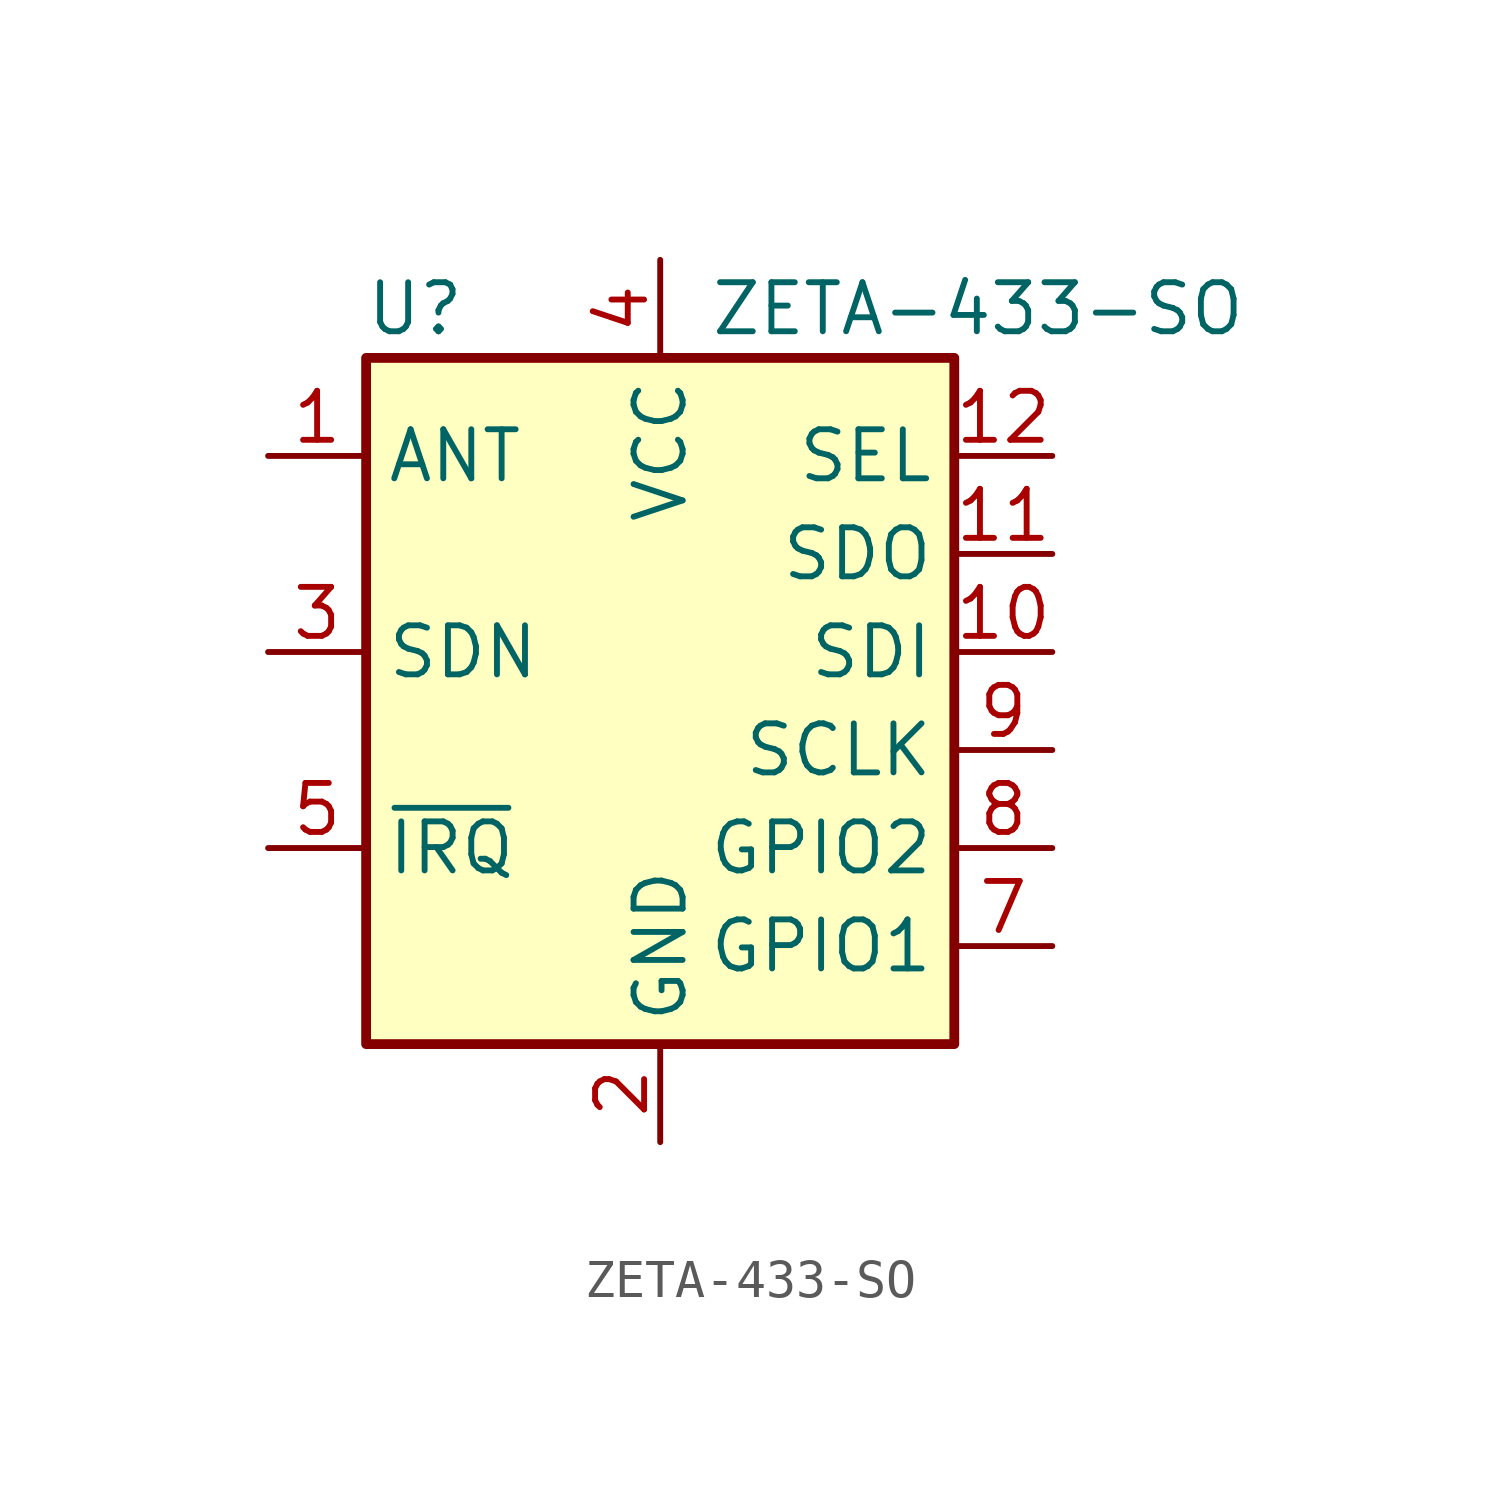
<source format=kicad_sym>
(kicad_symbol_lib
  (version 20200908)
  (generator kicad_symbol_editor)
  (symbol "RF_AM_FM:ZETA-433-SO"
    (property "Reference" "U"
      (at -6.35 8.89 0)
      (effects (font (size 1.27 1.27))))
    (property "Value" "ZETA-433-SO"
      (at 1.27 8.89 0)
      (effects (font (size 1.27 1.27)) (justify left)))
    (symbol "ZETA-433-SO_0_1"
      (rectangle (start 7.62 -10.16) (end -7.62 7.62) (stroke (width 0.254)) (fill (type background))))
    (symbol "ZETA-433-SO_1_1"
      (pin bidirectional line (at -10.16 5.08 0) (length 2.54) (name "ANT" (effects (font (size 1.27 1.27)))) (number "1" (effects (font (size 1.27 1.27)))))
      (pin input line (at 10.16 0 180) (length 2.54) (name "SDI" (effects (font (size 1.27 1.27)))) (number "10" (effects (font (size 1.27 1.27)))))
      (pin output line (at 10.16 2.54 180) (length 2.54) (name "SDO" (effects (font (size 1.27 1.27)))) (number "11" (effects (font (size 1.27 1.27)))))
      (pin input line (at 10.16 5.08 180) (length 2.54) (name "SEL" (effects (font (size 1.27 1.27)))) (number "12" (effects (font (size 1.27 1.27)))))
      (pin power_in line (at 0 -12.7 90) (length 2.54) (name "GND" (effects (font (size 1.27 1.27)))) (number "2" (effects (font (size 1.27 1.27)))))
      (pin input line (at -10.16 0 0) (length 2.54) (name "SDN" (effects (font (size 1.27 1.27)))) (number "3" (effects (font (size 1.27 1.27)))))
      (pin power_in line (at 0 10.16 270) (length 2.54) (name "VCC" (effects (font (size 1.27 1.27)))) (number "4" (effects (font (size 1.27 1.27)))))
      (pin output line (at -10.16 -5.08 0) (length 2.54) (name "~IRQ" (effects (font (size 1.27 1.27)))) (number "5" (effects (font (size 1.27 1.27)))))
      (pin unconnected line (at -7.62 -7.62 0) (length 2.54) hide (name "NC" (effects (font (size 1.27 1.27)))) (number "6" (effects (font (size 1.27 1.27)))))
      (pin bidirectional line (at 10.16 -7.62 180) (length 2.54) (name "GPIO1" (effects (font (size 1.27 1.27)))) (number "7" (effects (font (size 1.27 1.27)))))
      (pin bidirectional line (at 10.16 -5.08 180) (length 2.54) (name "GPIO2" (effects (font (size 1.27 1.27)))) (number "8" (effects (font (size 1.27 1.27)))))
      (pin input line (at 10.16 -2.54 180) (length 2.54) (name "SCLK" (effects (font (size 1.27 1.27)))) (number "9" (effects (font (size 1.27 1.27))))))))
</source>
